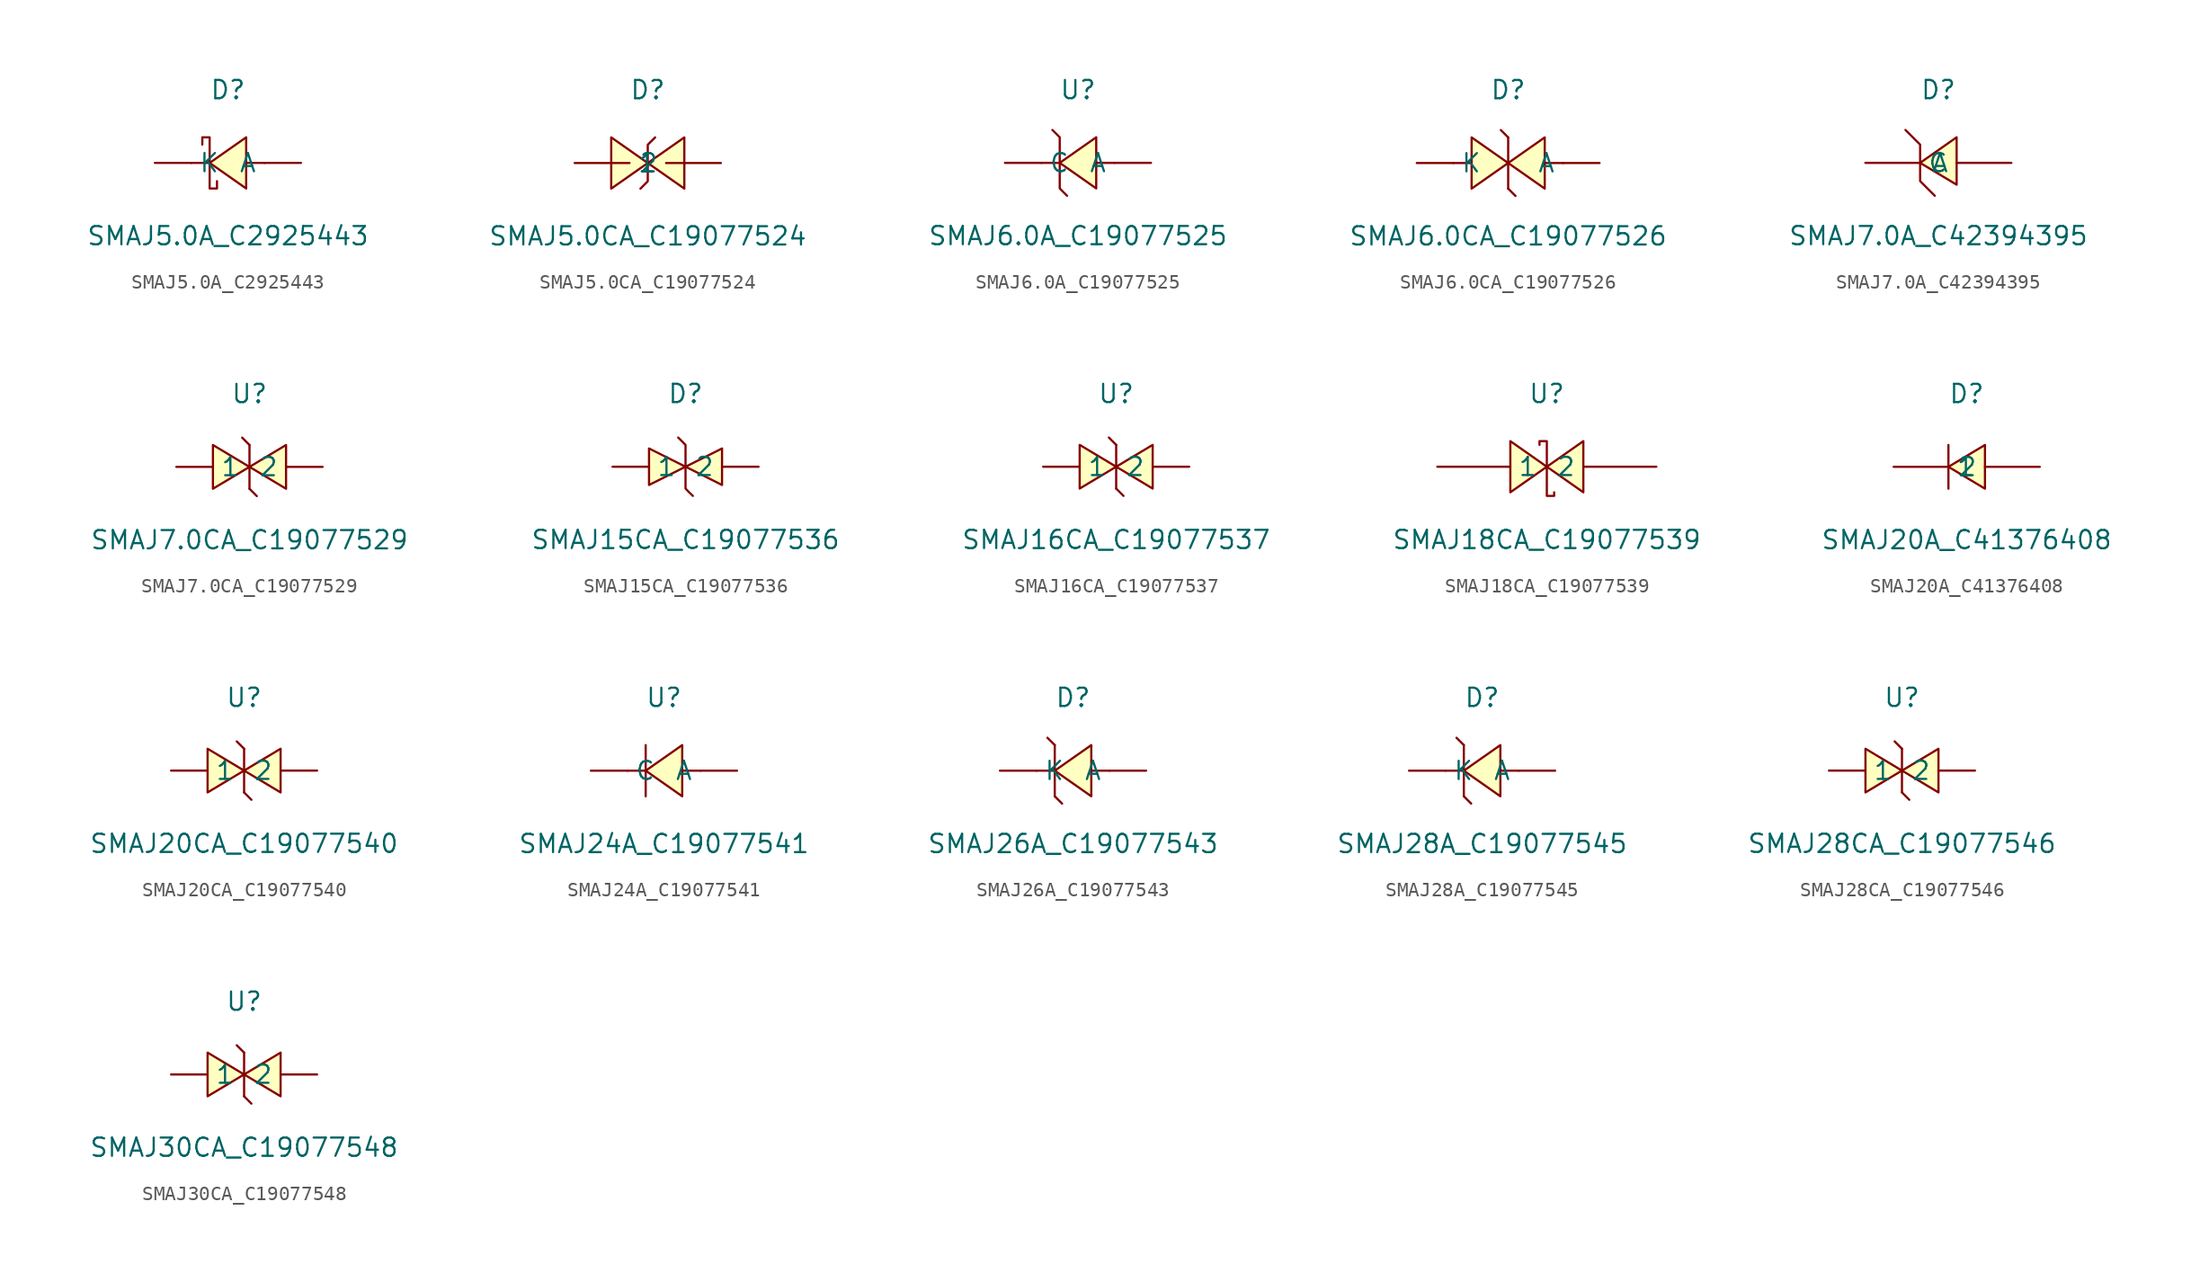
<source format=kicad_sym>
(kicad_symbol_lib
  (version 20241209)
  (generator "kicad_symbol_editor")
  (generator_version "9.0")
  (symbol "SMAJ5.0A_C2925443"
    (pin_numbers
      (hide yes))
    (property "Reference" "D"
      (at 0 5.08 0)
      (effects (font (size 1.27 1.27))))
    (property "Value" "SMAJ5.0A_C2925443"
      (at 0 -5.08 0)
      (effects (font (size 1.27 1.27))))
    (symbol "SMAJ5.0A_C2925443_0_1"
      (polyline (pts (xy -1.78 1.27) (xy -1.78 1.78) (xy -1.27 1.78) (xy -1.27 -1.78) (xy -0.76 -1.78) (xy -0.76 -1.27)) (stroke (width 0) (type default)) (fill (type none)))
      (polyline (pts (xy -1.27 0) (xy -2.54 0)) (stroke (width 0) (type default)) (fill (type none)))
      (polyline (pts (xy 1.27 1.78) (xy -1.27 0) (xy 1.27 -1.78) (xy 1.27 1.78)) (stroke (width 0) (type default)) (fill (type background)))
      (polyline (pts (xy 2.54 0) (xy 1.27 0)) (stroke (width 0) (type default)) (fill (type none)))
      (pin unspecified line (at -5.08 0 0) (length 2.54) (name "K" (effects (font (size 1.27 1.27)))) (number "1" (effects (font (size 1.27 1.27)))))
      (pin unspecified line (at 5.08 0 180) (length 2.54) (name "A" (effects (font (size 1.27 1.27)))) (number "2" (effects (font (size 1.27 1.27)))))))
  (symbol "SMAJ5.0CA_C19077524"
    (pin_numbers
      (hide yes))
    (property "Reference" "D"
      (at 0 5.08 0)
      (effects (font (size 1.27 1.27))))
    (property "Value" "SMAJ5.0CA_C19077524"
      (at 0 -5.08 0)
      (effects (font (size 1.27 1.27))))
    (symbol "SMAJ5.0CA_C19077524_0_1"
      (polyline (pts (xy -2.54 -1.78) (xy 0 0) (xy -2.54 1.78) (xy -2.54 -1.78)) (stroke (width 0) (type default)) (fill (type background)))
      (polyline (pts (xy 0.51 1.78) (xy 0 1.27) (xy 0 -1.27) (xy -0.51 -1.78)) (stroke (width 0) (type default)) (fill (type none)))
      (polyline (pts (xy 2.54 1.78) (xy 0 0) (xy 2.54 -1.78) (xy 2.54 1.78)) (stroke (width 0) (type default)) (fill (type background)))
      (pin unspecified line (at -5.08 0 0) (length 3.81) (name "1" (effects (font (size 1.27 1.27)))) (number "1" (effects (font (size 1.27 1.27)))))
      (pin unspecified line (at 5.08 0 180) (length 3.81) (name "2" (effects (font (size 1.27 1.27)))) (number "2" (effects (font (size 1.27 1.27)))))))
  (symbol "SMAJ6.0A_C19077525"
    (pin_numbers
      (hide yes))
    (property "Reference" "U"
      (at 0 5.08 0)
      (effects (font (size 1.27 1.27))))
    (property "Value" "SMAJ6.0A_C19077525"
      (at 0 -5.08 0)
      (effects (font (size 1.27 1.27))))
    (symbol "SMAJ6.0A_C19077525_0_1"
      (polyline (pts (xy -1.78 2.29) (xy -1.78 2.29) (xy -1.27 1.78) (xy -1.27 -1.78) (xy -0.76 -2.29) (xy -0.76 -2.29)) (stroke (width 0) (type default)) (fill (type none)))
      (polyline (pts (xy -1.27 0) (xy -2.54 0)) (stroke (width 0) (type default)) (fill (type none)))
      (polyline (pts (xy 1.27 1.78) (xy -1.27 0) (xy 1.27 -1.78) (xy 1.27 1.78)) (stroke (width 0) (type default)) (fill (type background)))
      (polyline (pts (xy 2.54 0) (xy 1.27 0)) (stroke (width 0) (type default)) (fill (type none)))
      (pin unspecified line (at -5.08 0 0) (length 2.54) (name "C" (effects (font (size 1.27 1.27)))) (number "1" (effects (font (size 1.27 1.27)))))
      (pin unspecified line (at 5.08 0 180) (length 2.54) (name "A" (effects (font (size 1.27 1.27)))) (number "2" (effects (font (size 1.27 1.27)))))))
  (symbol "SMAJ6.0CA_C19077526"
    (pin_numbers
      (hide yes))
    (property "Reference" "D"
      (at 0 5.08 0)
      (effects (font (size 1.27 1.27))))
    (property "Value" "SMAJ6.0CA_C19077526"
      (at 0 -5.08 0)
      (effects (font (size 1.27 1.27))))
    (symbol "SMAJ6.0CA_C19077526_0_1"
      (polyline (pts (xy -2.54 0) (xy -3.81 0)) (stroke (width 0) (type default)) (fill (type none)))
      (polyline (pts (xy -2.54 -1.78) (xy 0 0) (xy -2.54 1.78) (xy -2.54 -1.78)) (stroke (width 0) (type default)) (fill (type background)))
      (polyline (pts (xy 0 1.78) (xy -0.51 2.29)) (stroke (width 0) (type default)) (fill (type none)))
      (polyline (pts (xy 0 1.78) (xy 0 -1.78)) (stroke (width 0) (type default)) (fill (type none)))
      (polyline (pts (xy 0 -1.78) (xy 0.51 -2.29)) (stroke (width 0) (type default)) (fill (type none)))
      (polyline (pts (xy 2.54 1.78) (xy 0 0) (xy 2.54 -1.78) (xy 2.54 1.78)) (stroke (width 0) (type default)) (fill (type background)))
      (polyline (pts (xy 3.81 0) (xy 2.54 0)) (stroke (width 0) (type default)) (fill (type none)))
      (pin unspecified line (at -6.35 0 0) (length 2.54) (name "K" (effects (font (size 1.27 1.27)))) (number "1" (effects (font (size 1.27 1.27)))))
      (pin unspecified line (at 6.35 0 180) (length 2.54) (name "A" (effects (font (size 1.27 1.27)))) (number "2" (effects (font (size 1.27 1.27)))))))
  (symbol "SMAJ7.0A_C42394395"
    (pin_numbers
      (hide yes))
    (property "Reference" "D"
      (at 0 5.08 0)
      (effects (font (size 1.27 1.27))))
    (property "Value" "SMAJ7.0A_C42394395"
      (at 0 -5.08 0)
      (effects (font (size 1.27 1.27))))
    (symbol "SMAJ7.0A_C42394395_0_1"
      (polyline (pts (xy -2.29 2.29) (xy -1.27 1.27) (xy -1.27 -1.27) (xy -0.25 -2.29)) (stroke (width 0) (type default)) (fill (type none)))
      (polyline (pts (xy 1.27 -1.52) (xy -1.27 0) (xy 1.27 1.78) (xy 1.27 -1.52)) (stroke (width 0) (type default)) (fill (type background)))
      (pin unspecified line (at -5.08 0 0) (length 3.81) (name "C" (effects (font (size 1.27 1.27)))) (number "1" (effects (font (size 1.27 1.27)))))
      (pin unspecified line (at 5.08 0 180) (length 3.81) (name "A" (effects (font (size 1.27 1.27)))) (number "2" (effects (font (size 1.27 1.27)))))))
  (symbol "SMAJ7.0CA_C19077529"
    (pin_numbers
      (hide yes))
    (property "Reference" "U"
      (at 0 5.08 0)
      (effects (font (size 1.27 1.27))))
    (property "Value" "SMAJ7.0CA_C19077529"
      (at 0 -5.08 0)
      (effects (font (size 1.27 1.27))))
    (symbol "SMAJ7.0CA_C19077529_0_1"
      (polyline (pts (xy -2.54 1.52) (xy 0 0) (xy -2.54 -1.52) (xy -2.54 1.52)) (stroke (width 0) (type default)) (fill (type background)))
      (polyline (pts (xy 0 1.52) (xy -0.51 2.03) (xy 0 1.52)) (stroke (width 0) (type default)) (fill (type background)))
      (polyline (pts (xy 0 -1.52) (xy 0 1.52)) (stroke (width 0) (type default)) (fill (type none)))
      (polyline (pts (xy 0 -1.52) (xy 0.51 -2.03) (xy 0 -1.52)) (stroke (width 0) (type default)) (fill (type background)))
      (polyline (pts (xy 2.54 1.52) (xy 0 0) (xy 2.54 -1.52) (xy 2.54 1.52)) (stroke (width 0) (type default)) (fill (type background)))
      (pin unspecified line (at -5.08 0 0) (length 2.54) (name "1" (effects (font (size 1.27 1.27)))) (number "1" (effects (font (size 1.27 1.27)))))
      (pin unspecified line (at 5.08 0 180) (length 2.54) (name "2" (effects (font (size 1.27 1.27)))) (number "2" (effects (font (size 1.27 1.27)))))))
  (symbol "SMAJ15CA_C19077536"
    (pin_numbers
      (hide yes))
    (property "Reference" "D"
      (at 0 5.08 0)
      (effects (font (size 1.27 1.27))))
    (property "Value" "SMAJ15CA_C19077536"
      (at 0 -5.08 0)
      (effects (font (size 1.27 1.27))))
    (symbol "SMAJ15CA_C19077536_0_1"
      (polyline (pts (xy -2.54 1.27) (xy 0 0) (xy -2.54 -1.27) (xy -2.54 1.27)) (stroke (width 0) (type default)) (fill (type background)))
      (polyline (pts (xy -0.51 2.03) (xy -0.51 2.03) (xy 0 1.52) (xy 0 -1.52) (xy 0.25 -1.78) (xy 0.51 -2.03)) (stroke (width 0) (type default)) (fill (type none)))
      (polyline (pts (xy 2.54 1.27) (xy 0 0) (xy 2.54 -1.27) (xy 2.54 1.27)) (stroke (width 0) (type default)) (fill (type background)))
      (pin unspecified line (at -5.08 0 0) (length 2.54) (name "1" (effects (font (size 1.27 1.27)))) (number "1" (effects (font (size 1.27 1.27)))))
      (pin unspecified line (at 5.08 0 180) (length 2.54) (name "2" (effects (font (size 1.27 1.27)))) (number "2" (effects (font (size 1.27 1.27)))))))
  (symbol "SMAJ16CA_C19077537"
    (pin_numbers
      (hide yes))
    (property "Reference" "U"
      (at 0 5.08 0)
      (effects (font (size 1.27 1.27))))
    (property "Value" "SMAJ16CA_C19077537"
      (at 0 -5.08 0)
      (effects (font (size 1.27 1.27))))
    (symbol "SMAJ16CA_C19077537_0_1"
      (polyline (pts (xy -2.54 1.52) (xy 0 0) (xy -2.54 -1.52) (xy -2.54 1.52)) (stroke (width 0) (type default)) (fill (type background)))
      (polyline (pts (xy 0 1.52) (xy -0.51 2.03) (xy 0 1.52)) (stroke (width 0) (type default)) (fill (type background)))
      (polyline (pts (xy 0 -1.52) (xy 0 1.52)) (stroke (width 0) (type default)) (fill (type none)))
      (polyline (pts (xy 0 -1.52) (xy 0.51 -2.03) (xy 0 -1.52)) (stroke (width 0) (type default)) (fill (type background)))
      (polyline (pts (xy 2.54 1.52) (xy 0 0) (xy 2.54 -1.52) (xy 2.54 1.52)) (stroke (width 0) (type default)) (fill (type background)))
      (pin unspecified line (at -5.08 0 0) (length 2.54) (name "1" (effects (font (size 1.27 1.27)))) (number "1" (effects (font (size 1.27 1.27)))))
      (pin unspecified line (at 5.08 0 180) (length 2.54) (name "2" (effects (font (size 1.27 1.27)))) (number "2" (effects (font (size 1.27 1.27)))))))
  (symbol "SMAJ18CA_C19077539"
    (pin_numbers
      (hide yes))
    (property "Reference" "U"
      (at 0 5.08 0)
      (effects (font (size 1.27 1.27))))
    (property "Value" "SMAJ18CA_C19077539"
      (at 0 -5.08 0)
      (effects (font (size 1.27 1.27))))
    (symbol "SMAJ18CA_C19077539_0_1"
      (polyline (pts (xy -2.54 -1.78) (xy 0 0) (xy -2.54 1.78) (xy -2.54 -1.78)) (stroke (width 0) (type default)) (fill (type background)))
      (polyline (pts (xy -0.51 1.52) (xy -0.51 1.78) (xy 0 1.78) (xy 0 -2.03) (xy 0.51 -2.03) (xy 0.51 -1.78)) (stroke (width 0) (type default)) (fill (type none)))
      (polyline (pts (xy 2.54 1.78) (xy 0 0) (xy 2.54 -1.78) (xy 2.54 1.78)) (stroke (width 0) (type default)) (fill (type background)))
      (pin unspecified line (at -7.62 0 0) (length 5.08) (name "1" (effects (font (size 1.27 1.27)))) (number "1" (effects (font (size 1.27 1.27)))))
      (pin unspecified line (at 7.62 0 180) (length 5.08) (name "2" (effects (font (size 1.27 1.27)))) (number "2" (effects (font (size 1.27 1.27)))))))
  (symbol "SMAJ20A_C41376408"
    (pin_numbers
      (hide yes))
    (property "Reference" "D"
      (at 0 5.08 0)
      (effects (font (size 1.27 1.27))))
    (property "Value" "SMAJ20A_C41376408"
      (at 0 -5.08 0)
      (effects (font (size 1.27 1.27))))
    (symbol "SMAJ20A_C41376408_0_1"
      (polyline (pts (xy -1.27 -1.52) (xy -1.27 1.52)) (stroke (width 0) (type default)) (fill (type none)))
      (polyline (pts (xy 1.27 1.52) (xy -1.27 0) (xy 1.27 -1.52) (xy 1.27 1.52)) (stroke (width 0) (type default)) (fill (type background)))
      (pin unspecified line (at -5.08 0 0) (length 3.81) (name "1" (effects (font (size 1.27 1.27)))) (number "1" (effects (font (size 1.27 1.27)))))
      (pin unspecified line (at 5.08 0 180) (length 3.81) (name "2" (effects (font (size 1.27 1.27)))) (number "2" (effects (font (size 1.27 1.27)))))))
  (symbol "SMAJ20CA_C19077540"
    (pin_numbers
      (hide yes))
    (property "Reference" "U"
      (at 0 5.08 0)
      (effects (font (size 1.27 1.27))))
    (property "Value" "SMAJ20CA_C19077540"
      (at 0 -5.08 0)
      (effects (font (size 1.27 1.27))))
    (symbol "SMAJ20CA_C19077540_0_1"
      (polyline (pts (xy -2.54 1.52) (xy 0 0) (xy -2.54 -1.52) (xy -2.54 1.52)) (stroke (width 0) (type default)) (fill (type background)))
      (polyline (pts (xy 0 1.52) (xy -0.51 2.03) (xy 0 1.52)) (stroke (width 0) (type default)) (fill (type background)))
      (polyline (pts (xy 0 -1.52) (xy 0 1.52)) (stroke (width 0) (type default)) (fill (type none)))
      (polyline (pts (xy 0 -1.52) (xy 0.51 -2.03) (xy 0 -1.52)) (stroke (width 0) (type default)) (fill (type background)))
      (polyline (pts (xy 2.54 1.52) (xy 0 0) (xy 2.54 -1.52) (xy 2.54 1.52)) (stroke (width 0) (type default)) (fill (type background)))
      (pin unspecified line (at -5.08 0 0) (length 2.54) (name "1" (effects (font (size 1.27 1.27)))) (number "1" (effects (font (size 1.27 1.27)))))
      (pin unspecified line (at 5.08 0 180) (length 2.54) (name "2" (effects (font (size 1.27 1.27)))) (number "2" (effects (font (size 1.27 1.27)))))))
  (symbol "SMAJ24A_C19077541"
    (pin_numbers
      (hide yes))
    (property "Reference" "U"
      (at 0 5.08 0)
      (effects (font (size 1.27 1.27))))
    (property "Value" "SMAJ24A_C19077541"
      (at 0 -5.08 0)
      (effects (font (size 1.27 1.27))))
    (symbol "SMAJ24A_C19077541_0_1"
      (polyline (pts (xy -1.27 1.78) (xy -1.27 -1.78)) (stroke (width 0) (type default)) (fill (type none)))
      (polyline (pts (xy -1.27 0) (xy -2.54 0)) (stroke (width 0) (type default)) (fill (type none)))
      (polyline (pts (xy 1.27 1.78) (xy -1.27 0) (xy 1.27 -1.78) (xy 1.27 1.78)) (stroke (width 0) (type default)) (fill (type background)))
      (polyline (pts (xy 2.54 0) (xy 1.27 0)) (stroke (width 0) (type default)) (fill (type none)))
      (pin unspecified line (at -5.08 0 0) (length 2.54) (name "C" (effects (font (size 1.27 1.27)))) (number "1" (effects (font (size 1.27 1.27)))))
      (pin unspecified line (at 5.08 0 180) (length 2.54) (name "A" (effects (font (size 1.27 1.27)))) (number "2" (effects (font (size 1.27 1.27)))))))
  (symbol "SMAJ26A_C19077543"
    (pin_numbers
      (hide yes))
    (property "Reference" "D"
      (at 0 5.08 0)
      (effects (font (size 1.27 1.27))))
    (property "Value" "SMAJ26A_C19077543"
      (at 0 -5.08 0)
      (effects (font (size 1.27 1.27))))
    (symbol "SMAJ26A_C19077543_0_1"
      (polyline (pts (xy -1.27 1.78) (xy -1.78 2.29)) (stroke (width 0) (type default)) (fill (type none)))
      (polyline (pts (xy -1.27 1.78) (xy -1.27 -1.78)) (stroke (width 0) (type default)) (fill (type none)))
      (polyline (pts (xy -1.27 0) (xy -2.54 0)) (stroke (width 0) (type default)) (fill (type none)))
      (polyline (pts (xy -1.27 -1.78) (xy -0.76 -2.29)) (stroke (width 0) (type default)) (fill (type none)))
      (polyline (pts (xy 1.27 1.78) (xy -1.27 0) (xy 1.27 -1.78) (xy 1.27 1.78)) (stroke (width 0) (type default)) (fill (type background)))
      (polyline (pts (xy 2.54 0) (xy 1.27 0)) (stroke (width 0) (type default)) (fill (type none)))
      (pin unspecified line (at -5.08 0 0) (length 2.54) (name "K" (effects (font (size 1.27 1.27)))) (number "1" (effects (font (size 1.27 1.27)))))
      (pin unspecified line (at 5.08 0 180) (length 2.54) (name "A" (effects (font (size 1.27 1.27)))) (number "2" (effects (font (size 1.27 1.27)))))))
  (symbol "SMAJ28A_C19077545"
    (pin_numbers
      (hide yes))
    (property "Reference" "D"
      (at 0 5.08 0)
      (effects (font (size 1.27 1.27))))
    (property "Value" "SMAJ28A_C19077545"
      (at 0 -5.08 0)
      (effects (font (size 1.27 1.27))))
    (symbol "SMAJ28A_C19077545_0_1"
      (polyline (pts (xy -1.27 1.78) (xy -1.78 2.29)) (stroke (width 0) (type default)) (fill (type none)))
      (polyline (pts (xy -1.27 1.78) (xy -1.27 -1.78)) (stroke (width 0) (type default)) (fill (type none)))
      (polyline (pts (xy -1.27 0) (xy -2.54 0)) (stroke (width 0) (type default)) (fill (type none)))
      (polyline (pts (xy -1.27 -1.78) (xy -0.76 -2.29)) (stroke (width 0) (type default)) (fill (type none)))
      (polyline (pts (xy 1.27 1.78) (xy -1.27 0) (xy 1.27 -1.78) (xy 1.27 1.78)) (stroke (width 0) (type default)) (fill (type background)))
      (polyline (pts (xy 2.54 0) (xy 1.27 0)) (stroke (width 0) (type default)) (fill (type none)))
      (pin unspecified line (at -5.08 0 0) (length 2.54) (name "K" (effects (font (size 1.27 1.27)))) (number "1" (effects (font (size 1.27 1.27)))))
      (pin unspecified line (at 5.08 0 180) (length 2.54) (name "A" (effects (font (size 1.27 1.27)))) (number "2" (effects (font (size 1.27 1.27)))))))
  (symbol "SMAJ28CA_C19077546"
    (pin_numbers
      (hide yes))
    (property "Reference" "U"
      (at 0 5.08 0)
      (effects (font (size 1.27 1.27))))
    (property "Value" "SMAJ28CA_C19077546"
      (at 0 -5.08 0)
      (effects (font (size 1.27 1.27))))
    (symbol "SMAJ28CA_C19077546_0_1"
      (polyline (pts (xy -2.54 1.52) (xy 0 0) (xy -2.54 -1.52) (xy -2.54 1.52)) (stroke (width 0) (type default)) (fill (type background)))
      (polyline (pts (xy 0 1.52) (xy -0.51 2.03) (xy 0 1.52)) (stroke (width 0) (type default)) (fill (type background)))
      (polyline (pts (xy 0 -1.52) (xy 0 1.52)) (stroke (width 0) (type default)) (fill (type none)))
      (polyline (pts (xy 0 -1.52) (xy 0.51 -2.03) (xy 0 -1.52)) (stroke (width 0) (type default)) (fill (type background)))
      (polyline (pts (xy 2.54 1.52) (xy 0 0) (xy 2.54 -1.52) (xy 2.54 1.52)) (stroke (width 0) (type default)) (fill (type background)))
      (pin unspecified line (at -5.08 0 0) (length 2.54) (name "1" (effects (font (size 1.27 1.27)))) (number "1" (effects (font (size 1.27 1.27)))))
      (pin unspecified line (at 5.08 0 180) (length 2.54) (name "2" (effects (font (size 1.27 1.27)))) (number "2" (effects (font (size 1.27 1.27)))))))
  (symbol "SMAJ30CA_C19077548"
    (pin_numbers
      (hide yes))
    (property "Reference" "U"
      (at 0 5.08 0)
      (effects (font (size 1.27 1.27))))
    (property "Value" "SMAJ30CA_C19077548"
      (at 0 -5.08 0)
      (effects (font (size 1.27 1.27))))
    (symbol "SMAJ30CA_C19077548_0_1"
      (polyline (pts (xy -2.54 1.52) (xy 0 0) (xy -2.54 -1.52) (xy -2.54 1.52)) (stroke (width 0) (type default)) (fill (type background)))
      (polyline (pts (xy 0 1.52) (xy -0.51 2.03) (xy 0 1.52)) (stroke (width 0) (type default)) (fill (type background)))
      (polyline (pts (xy 0 -1.52) (xy 0 1.52)) (stroke (width 0) (type default)) (fill (type none)))
      (polyline (pts (xy 0 -1.52) (xy 0.51 -2.03) (xy 0 -1.52)) (stroke (width 0) (type default)) (fill (type background)))
      (polyline (pts (xy 2.54 1.52) (xy 0 0) (xy 2.54 -1.52) (xy 2.54 1.52)) (stroke (width 0) (type default)) (fill (type background)))
      (pin unspecified line (at -5.08 0 0) (length 2.54) (name "1" (effects (font (size 1.27 1.27)))) (number "1" (effects (font (size 1.27 1.27)))))
      (pin unspecified line (at 5.08 0 180) (length 2.54) (name "2" (effects (font (size 1.27 1.27)))) (number "2" (effects (font (size 1.27 1.27))))))))
</source>
